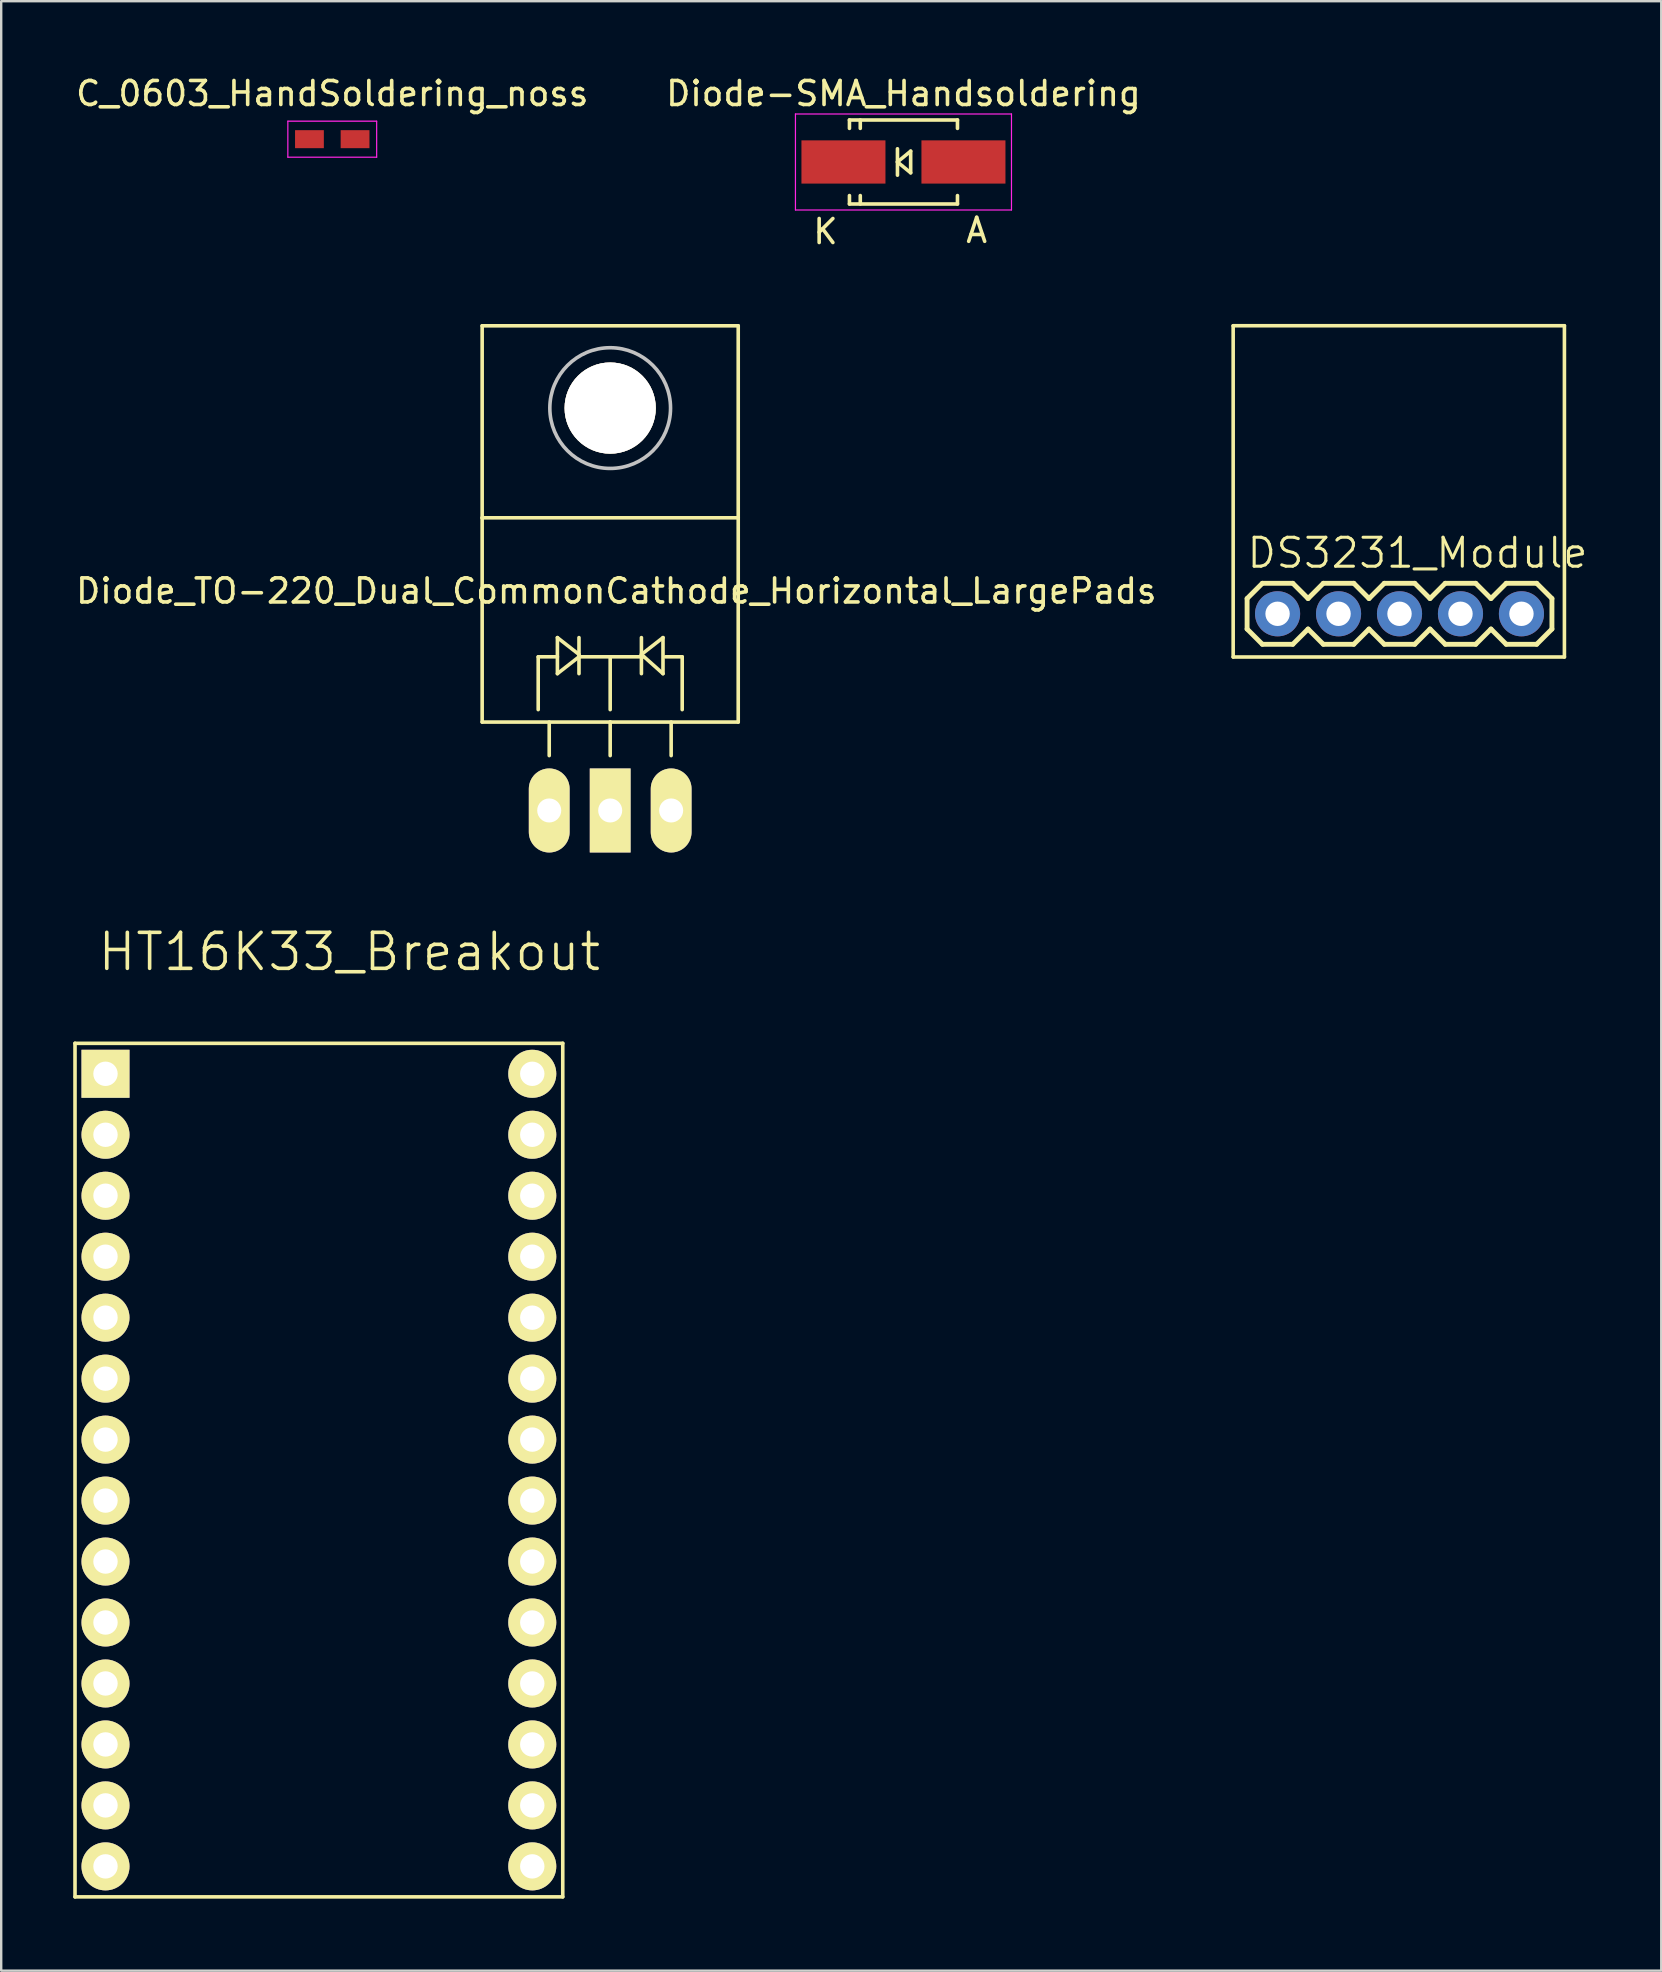
<source format=kicad_pcb>
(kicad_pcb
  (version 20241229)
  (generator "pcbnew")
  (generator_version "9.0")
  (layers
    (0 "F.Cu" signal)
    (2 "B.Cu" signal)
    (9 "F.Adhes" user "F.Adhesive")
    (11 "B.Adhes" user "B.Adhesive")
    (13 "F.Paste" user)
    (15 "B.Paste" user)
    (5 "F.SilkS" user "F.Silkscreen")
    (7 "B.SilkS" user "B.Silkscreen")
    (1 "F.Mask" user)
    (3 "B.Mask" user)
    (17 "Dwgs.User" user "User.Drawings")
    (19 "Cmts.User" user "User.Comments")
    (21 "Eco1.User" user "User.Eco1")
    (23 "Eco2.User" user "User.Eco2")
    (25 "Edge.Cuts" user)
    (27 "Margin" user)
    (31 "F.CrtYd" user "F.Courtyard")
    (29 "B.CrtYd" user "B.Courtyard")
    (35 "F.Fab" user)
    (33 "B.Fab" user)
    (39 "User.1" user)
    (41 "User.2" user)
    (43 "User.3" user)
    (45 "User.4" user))
  (footprint "Diode_TO-220_Dual_CommonCathode_Horizontal_LargePads"
    (layer "F.Cu")
    (at 19.834 30.715)
    (property "Reference" "Diode_TO-220_Dual_CommonCathode_Horizontal_LargePads" (at 2.791 -9.144 0) (layer "F.SilkS") (effects (font (size 1 1) (thickness 0.15))))
    (attr through_hole)
    (fp_line (start -2.797 -20.193) (end -2.797 -12.192) (stroke (width 0.15) (type solid)) (layer "F.SilkS"))
    (fp_line (start -2.797 -12.192) (end -2.797 -3.683) (stroke (width 0.15) (type solid)) (layer "F.SilkS"))
    (fp_line (start -0.462 -6.401) (end -0.462 -4.201) (stroke (width 0.15) (type solid)) (layer "F.SilkS"))
    (fp_line (start -0.003 -3.683) (end -0.003 -2.286) (stroke (width 0.15) (type solid)) (layer "F.SilkS"))
    (fp_line (start 0.338 -7.201) (end 0.338 -5.7) (stroke (width 0.15) (type solid)) (layer "F.SilkS"))
    (fp_line (start 0.338 -6.401) (end -0.462 -6.401) (stroke (width 0.15) (type solid)) (layer "F.SilkS"))
    (fp_line (start 0.338 -5.7) (end 1.237 -6.401) (stroke (width 0.15) (type solid)) (layer "F.SilkS"))
    (fp_line (start 1.237 -7.201) (end 1.237 -5.7) (stroke (width 0.15) (type solid)) (layer "F.SilkS"))
    (fp_line (start 1.237 -6.5) (end 0.338 -7.201) (stroke (width 0.15) (type solid)) (layer "F.SilkS"))
    (fp_line (start 1.237 -6.401) (end 3.937 -6.401) (stroke (width 0.15) (type solid)) (layer "F.SilkS"))
    (fp_line (start 2.537 -6.401) (end 2.537 -4.201) (stroke (width 0.15) (type solid)) (layer "F.SilkS"))
    (fp_line (start 2.537 -3.683) (end -2.797 -3.683) (stroke (width 0.15) (type solid)) (layer "F.SilkS"))
    (fp_line (start 2.537 -3.683) (end 2.537 -2.286) (stroke (width 0.15) (type solid)) (layer "F.SilkS"))
    (fp_line (start 2.537 -3.683) (end 7.871 -3.683) (stroke (width 0.15) (type solid)) (layer "F.SilkS"))
    (fp_line (start 3.838 -7.201) (end 3.838 -5.7) (stroke (width 0.15) (type solid)) (layer "F.SilkS"))
    (fp_line (start 3.838 -6.5) (end 4.737 -7.201) (stroke (width 0.15) (type solid)) (layer "F.SilkS"))
    (fp_line (start 4.737 -7.201) (end 4.737 -5.7) (stroke (width 0.15) (type solid)) (layer "F.SilkS"))
    (fp_line (start 4.737 -5.7) (end 3.838 -6.5) (stroke (width 0.15) (type solid)) (layer "F.SilkS"))
    (fp_line (start 4.839 -6.401) (end 5.537 -6.401) (stroke (width 0.15) (type solid)) (layer "F.SilkS"))
    (fp_line (start 5.077 -3.683) (end 5.077 -2.286) (stroke (width 0.15) (type solid)) (layer "F.SilkS"))
    (fp_line (start 5.537 -6.401) (end 5.537 -4.201) (stroke (width 0.15) (type solid)) (layer "F.SilkS"))
    (fp_line (start 7.871 -20.193) (end -2.797 -20.193) (stroke (width 0.15) (type solid)) (layer "F.SilkS"))
    (fp_line (start 7.871 -12.192) (end -2.797 -12.192) (stroke (width 0.15) (type solid)) (layer "F.SilkS"))
    (fp_line (start 7.871 -12.192) (end 7.871 -20.193) (stroke (width 0.15) (type solid)) (layer "F.SilkS"))
    (fp_line (start 7.871 -3.683) (end 7.871 -12.192) (stroke (width 0.15) (type solid)) (layer "F.SilkS"))
    (fp_circle (center 2.537 -16.764) (end 4.315 -14.986) (stroke (width 0.15) (type solid)) (fill no) (layer "Dwgs.User"))
    (pad "1" thru_hole oval (at -0.003 0 90) (size 3.5 1.699) (drill 1.001) (layers "*.Cu" "*.Mask" "F.SilkS"))
    (pad "2" thru_hole rect (at 2.537 0 90) (size 3.5 1.699) (drill 1.001) (layers "*.Cu" "*.Mask" "F.SilkS"))
    (pad "3" thru_hole oval (at 5.077 0 90) (size 3.5 1.699) (drill 1.001) (layers "*.Cu" "*.Mask" "F.SilkS"))
    (pad "9" thru_hole circle (at 2.537 -16.764 90) (size 3.8 3.8) (drill 3.8) (layers "*.Cu" "*.Mask" "F.SilkS")))
  (footprint "HT16K33_Breakout"
    (layer "F.Cu")
    (at 11.505 54.385)
    (property "Reference" "HT16K33_Breakout" (at 0 -17.78 0) (layer "F.SilkS") (effects (font (size 1.5 1.5) (thickness 0.15))))
    (attr through_hole)
    (fp_line (start -11.43 -13.97) (end 8.89 -13.97) (stroke (width 0.15) (type solid)) (layer "F.SilkS"))
    (fp_line (start -11.43 21.59) (end -11.43 -13.97) (stroke (width 0.15) (type solid)) (layer "F.SilkS"))
    (fp_line (start 8.89 -13.97) (end 8.89 21.59) (stroke (width 0.15) (type solid)) (layer "F.SilkS"))
    (fp_line (start 8.89 21.59) (end -11.43 21.59) (stroke (width 0.15) (type solid)) (layer "F.SilkS"))
    (pad "1" thru_hole rect (at -10.16 -12.7) (size 2 2) (drill 1.016) (layers "*.Cu" "*.Mask" "F.SilkS"))
    (pad "2" thru_hole circle (at -10.16 -10.16) (size 2 2) (drill 1.016) (layers "*.Cu" "*.Mask" "F.SilkS"))
    (pad "3" thru_hole circle (at -10.16 -7.62) (size 2 2) (drill 1.016) (layers "*.Cu" "*.Mask" "F.SilkS"))
    (pad "4" thru_hole circle (at -10.16 -5.08) (size 2 2) (drill 1.016) (layers "*.Cu" "*.Mask" "F.SilkS"))
    (pad "5" thru_hole circle (at -10.16 -2.54) (size 2 2) (drill 1.016) (layers "*.Cu" "*.Mask" "F.SilkS"))
    (pad "6" thru_hole circle (at -10.16 0) (size 2 2) (drill 1.016) (layers "*.Cu" "*.Mask" "F.SilkS"))
    (pad "7" thru_hole circle (at -10.16 2.54) (size 2 2) (drill 1.016) (layers "*.Cu" "*.Mask" "F.SilkS"))
    (pad "8" thru_hole circle (at -10.16 5.08) (size 2 2) (drill 1.016) (layers "*.Cu" "*.Mask" "F.SilkS"))
    (pad "9" thru_hole circle (at -10.16 7.62) (size 2 2) (drill 1.016) (layers "*.Cu" "*.Mask" "F.SilkS"))
    (pad "10" thru_hole circle (at -10.16 10.16) (size 2 2) (drill 1.016) (layers "*.Cu" "*.Mask" "F.SilkS"))
    (pad "11" thru_hole circle (at -10.16 12.7) (size 2 2) (drill 1.016) (layers "*.Cu" "*.Mask" "F.SilkS"))
    (pad "12" thru_hole circle (at -10.16 15.24) (size 2 2) (drill 1.016) (layers "*.Cu" "*.Mask" "F.SilkS"))
    (pad "13" thru_hole circle (at -10.16 17.78) (size 2 2) (drill 1.016) (layers "*.Cu" "*.Mask" "F.SilkS"))
    (pad "14" thru_hole circle (at -10.16 20.32) (size 2 2) (drill 1.016) (layers "*.Cu" "*.Mask" "F.SilkS"))
    (pad "15" thru_hole circle (at 7.62 20.32 180) (size 2 2) (drill 1.016) (layers "*.Cu" "*.Mask" "F.SilkS"))
    (pad "16" thru_hole circle (at 7.62 17.78 180) (size 2 2) (drill 1.016) (layers "*.Cu" "*.Mask" "F.SilkS"))
    (pad "17" thru_hole circle (at 7.62 15.24 180) (size 2 2) (drill 1.016) (layers "*.Cu" "*.Mask" "F.SilkS"))
    (pad "18" thru_hole circle (at 7.62 12.7 180) (size 2 2) (drill 1.016) (layers "*.Cu" "*.Mask" "F.SilkS"))
    (pad "19" thru_hole circle (at 7.62 10.16 180) (size 2 2) (drill 1.016) (layers "*.Cu" "*.Mask" "F.SilkS"))
    (pad "20" thru_hole circle (at 7.62 7.62 180) (size 2 2) (drill 1.016) (layers "*.Cu" "*.Mask" "F.SilkS"))
    (pad "21" thru_hole circle (at 7.62 5.08 180) (size 2 2) (drill 1.016) (layers "*.Cu" "*.Mask" "F.SilkS"))
    (pad "22" thru_hole circle (at 7.62 2.54 180) (size 2 2) (drill 1.016) (layers "*.Cu" "*.Mask" "F.SilkS"))
    (pad "23" thru_hole circle (at 7.62 0 180) (size 2 2) (drill 1.016) (layers "*.Cu" "*.Mask" "F.SilkS"))
    (pad "24" thru_hole circle (at 7.62 -2.54 180) (size 2 2) (drill 1.016) (layers "*.Cu" "*.Mask" "F.SilkS"))
    (pad "25" thru_hole circle (at 7.62 -5.08 180) (size 2 2) (drill 1.016) (layers "*.Cu" "*.Mask" "F.SilkS"))
    (pad "26" thru_hole circle (at 7.62 -7.62 180) (size 2 2) (drill 1.016) (layers "*.Cu" "*.Mask" "F.SilkS"))
    (pad "27" thru_hole circle (at 7.62 -10.16 180) (size 2 2) (drill 1.016) (layers "*.Cu" "*.Mask" "F.SilkS"))
    (pad "28" thru_hole circle (at 7.62 -12.7 180) (size 2 2) (drill 1.016) (layers "*.Cu" "*.Mask" "F.SilkS")))
  (footprint "DS3231_Module"
    (layer "F.Cu")
    (at 50.175 22.521)
    (property "Reference" "DS3231_Module" (at -1.346 -1.829 0) (layer "F.SilkS") (effects (font (size 1.206 1.206) (thickness 0.127)) (justify left bottom)))
    (attr through_hole)
    (fp_line (start -1.85 -12) (end -1.85 1.8) (stroke (width 0.15) (type solid)) (layer "F.SilkS"))
    (fp_line (start -1.85 -12) (end 11.95 -12) (stroke (width 0.15) (type solid)) (layer "F.SilkS"))
    (fp_line (start -1.85 1.8) (end 11.95 1.8) (stroke (width 0.15) (type solid)) (layer "F.SilkS"))
    (fp_line (start -1.27 -0.635) (end -1.27 0.635) (stroke (width 0.203) (type solid)) (layer "F.SilkS"))
    (fp_line (start -1.27 0.635) (end -0.635 1.27) (stroke (width 0.203) (type solid)) (layer "F.SilkS"))
    (fp_line (start -0.635 -1.27) (end -1.27 -0.635) (stroke (width 0.203) (type solid)) (layer "F.SilkS"))
    (fp_line (start -0.635 -1.27) (end 0.635 -1.27) (stroke (width 0.203) (type solid)) (layer "F.SilkS"))
    (fp_line (start 0.635 -1.27) (end 1.27 -0.635) (stroke (width 0.203) (type solid)) (layer "F.SilkS"))
    (fp_line (start 0.635 1.27) (end -0.635 1.27) (stroke (width 0.203) (type solid)) (layer "F.SilkS"))
    (fp_line (start 1.27 -0.635) (end 1.905 -1.27) (stroke (width 0.203) (type solid)) (layer "F.SilkS"))
    (fp_line (start 1.27 0.635) (end 0.635 1.27) (stroke (width 0.203) (type solid)) (layer "F.SilkS"))
    (fp_line (start 1.905 -1.27) (end 3.175 -1.27) (stroke (width 0.203) (type solid)) (layer "F.SilkS"))
    (fp_line (start 1.905 1.27) (end 1.27 0.635) (stroke (width 0.203) (type solid)) (layer "F.SilkS"))
    (fp_line (start 3.175 -1.27) (end 3.81 -0.635) (stroke (width 0.203) (type solid)) (layer "F.SilkS"))
    (fp_line (start 3.175 1.27) (end 1.905 1.27) (stroke (width 0.203) (type solid)) (layer "F.SilkS"))
    (fp_line (start 3.81 -0.635) (end 4.445 -1.27) (stroke (width 0.203) (type solid)) (layer "F.SilkS"))
    (fp_line (start 3.81 0.635) (end 3.175 1.27) (stroke (width 0.203) (type solid)) (layer "F.SilkS"))
    (fp_line (start 4.445 -1.27) (end 5.715 -1.27) (stroke (width 0.203) (type solid)) (layer "F.SilkS"))
    (fp_line (start 4.445 1.27) (end 3.81 0.635) (stroke (width 0.203) (type solid)) (layer "F.SilkS"))
    (fp_line (start 5.715 -1.27) (end 6.35 -0.635) (stroke (width 0.203) (type solid)) (layer "F.SilkS"))
    (fp_line (start 5.715 1.27) (end 4.445 1.27) (stroke (width 0.203) (type solid)) (layer "F.SilkS"))
    (fp_line (start 6.35 0.635) (end 5.715 1.27) (stroke (width 0.203) (type solid)) (layer "F.SilkS"))
    (fp_line (start 6.35 0.635) (end 6.985 1.27) (stroke (width 0.203) (type solid)) (layer "F.SilkS"))
    (fp_line (start 6.985 -1.27) (end 6.35 -0.635) (stroke (width 0.203) (type solid)) (layer "F.SilkS"))
    (fp_line (start 6.985 -1.27) (end 8.255 -1.27) (stroke (width 0.203) (type solid)) (layer "F.SilkS"))
    (fp_line (start 8.255 -1.27) (end 8.89 -0.635) (stroke (width 0.203) (type solid)) (layer "F.SilkS"))
    (fp_line (start 8.255 1.27) (end 6.985 1.27) (stroke (width 0.203) (type solid)) (layer "F.SilkS"))
    (fp_line (start 8.89 -0.635) (end 9.525 -1.27) (stroke (width 0.203) (type solid)) (layer "F.SilkS"))
    (fp_line (start 8.89 0.635) (end 8.255 1.27) (stroke (width 0.203) (type solid)) (layer "F.SilkS"))
    (fp_line (start 9.525 -1.27) (end 10.795 -1.27) (stroke (width 0.203) (type solid)) (layer "F.SilkS"))
    (fp_line (start 9.525 1.27) (end 8.89 0.635) (stroke (width 0.203) (type solid)) (layer "F.SilkS"))
    (fp_line (start 10.795 -1.27) (end 11.43 -0.635) (stroke (width 0.203) (type solid)) (layer "F.SilkS"))
    (fp_line (start 10.795 1.27) (end 9.525 1.27) (stroke (width 0.203) (type solid)) (layer "F.SilkS"))
    (fp_line (start 11.43 -0.635) (end 11.43 0.635) (stroke (width 0.203) (type solid)) (layer "F.SilkS"))
    (fp_line (start 11.43 0.635) (end 10.795 1.27) (stroke (width 0.203) (type solid)) (layer "F.SilkS"))
    (fp_line (start 11.95 1.8) (end 11.95 -12) (stroke (width 0.15) (type solid)) (layer "F.SilkS"))
    (fp_poly (pts (xy -0.254 0.254) (xy 0.254 0.254) (xy 0.254 -0.254) (xy -0.254 -0.254)) (stroke (width 0.1) (type solid)) (fill no) (layer "Dwgs.User"))
    (fp_poly (pts (xy 2.286 0.254) (xy 2.794 0.254) (xy 2.794 -0.254) (xy 2.286 -0.254)) (stroke (width 0.1) (type solid)) (fill no) (layer "Dwgs.User"))
    (fp_poly (pts (xy 4.826 0.254) (xy 5.334 0.254) (xy 5.334 -0.254) (xy 4.826 -0.254)) (stroke (width 0.1) (type solid)) (fill no) (layer "Dwgs.User"))
    (fp_poly (pts (xy 7.366 0.254) (xy 7.874 0.254) (xy 7.874 -0.254) (xy 7.366 -0.254)) (stroke (width 0.1) (type solid)) (fill no) (layer "Dwgs.User"))
    (fp_poly (pts (xy 9.906 0.254) (xy 10.414 0.254) (xy 10.414 -0.254) (xy 9.906 -0.254)) (stroke (width 0.1) (type solid)) (fill no) (layer "Dwgs.User"))
    (pad "GND" thru_hole circle (at 10.16 0 90) (size 1.88 1.88) (drill 1.016) (layers "*.Cu" "*.Mask"))
    (pad "N/C" thru_hole circle (at 7.62 0 90) (size 1.88 1.88) (drill 1.016) (layers "*.Cu" "*.Mask"))
    (pad "SCL" thru_hole circle (at 5.08 0 90) (size 1.88 1.88) (drill 1.016) (layers "*.Cu" "*.Mask"))
    (pad "SDA" thru_hole circle (at 2.54 0 90) (size 1.88 1.88) (drill 1.016) (layers "*.Cu" "*.Mask"))
    (pad "VCC" thru_hole circle (at 0 0 90) (size 1.88 1.88) (drill 1.016) (layers "*.Cu" "*.Mask")))
  (footprint "C_0603_HandSoldering_noss"
    (layer "F.Cu")
    (at 10.792 2.748)
    (property "Reference" "C_0603_HandSoldering_noss" (at 0 -1.9 0) (layer "F.SilkS") (effects (font (size 1 1) (thickness 0.15))))
    (attr smd)
    (fp_line (start -1.85 -0.75) (end -1.85 0.75) (stroke (width 0.05) (type solid)) (layer "F.CrtYd"))
    (fp_line (start -1.85 -0.75) (end 1.85 -0.75) (stroke (width 0.05) (type solid)) (layer "F.CrtYd"))
    (fp_line (start -1.85 0.75) (end 1.85 0.75) (stroke (width 0.05) (type solid)) (layer "F.CrtYd"))
    (fp_line (start 1.85 -0.75) (end 1.85 0.75) (stroke (width 0.05) (type solid)) (layer "F.CrtYd"))
    (pad "1" smd rect (at -0.95 0) (size 1.2 0.75) (layers "F.Cu" "F.Mask" "F.Paste"))
    (pad "2" smd rect (at 0.95 0) (size 1.2 0.75) (layers "F.Cu" "F.Mask" "F.Paste")))
  (footprint "Diode-SMA_Handsoldering"
    (layer "F.Cu")
    (at 34.589 3.698)
    (property "Reference" "Diode-SMA_Handsoldering" (at 0 -2.85 0) (layer "F.SilkS") (effects (font (size 1 1) (thickness 0.15))))
    (attr smd)
    (fp_line (start -2.25 -1.75) (end -2.25 -1.4) (stroke (width 0.15) (type solid)) (layer "F.SilkS"))
    (fp_line (start -2.25 -1.75) (end 2.25 -1.75) (stroke (width 0.15) (type solid)) (layer "F.SilkS"))
    (fp_line (start -2.25 1.75) (end -2.25 1.4) (stroke (width 0.15) (type solid)) (layer "F.SilkS"))
    (fp_line (start -2.25 1.75) (end 2.25 1.75) (stroke (width 0.15) (type solid)) (layer "F.SilkS"))
    (fp_line (start -1.799 -1.75) (end -1.799 -1.4) (stroke (width 0.15) (type solid)) (layer "F.SilkS"))
    (fp_line (start -1.799 1.75) (end -1.799 1.4) (stroke (width 0.15) (type solid)) (layer "F.SilkS"))
    (fp_line (start -0.25 -0.55) (end -0.25 0.55) (stroke (width 0.15) (type solid)) (layer "F.SilkS"))
    (fp_line (start -0.25 0) (end 0.3 -0.45) (stroke (width 0.15) (type solid)) (layer "F.SilkS"))
    (fp_line (start 0.3 -0.45) (end 0.3 0.45) (stroke (width 0.15) (type solid)) (layer "F.SilkS"))
    (fp_line (start 0.3 0.45) (end -0.25 0) (stroke (width 0.15) (type solid)) (layer "F.SilkS"))
    (fp_line (start 2.25 -1.75) (end 2.25 -1.4) (stroke (width 0.15) (type solid)) (layer "F.SilkS"))
    (fp_line (start 2.25 1.75) (end 2.25 1.4) (stroke (width 0.15) (type solid)) (layer "F.SilkS"))
    (fp_line (start -4.5 -2) (end 4.5 -2) (stroke (width 0.05) (type solid)) (layer "F.CrtYd"))
    (fp_line (start -4.5 2) (end -4.5 -2) (stroke (width 0.05) (type solid)) (layer "F.CrtYd"))
    (fp_line (start 4.5 -2) (end 4.5 2) (stroke (width 0.05) (type solid)) (layer "F.CrtYd"))
    (fp_line (start 4.5 2) (end -4.5 2) (stroke (width 0.05) (type solid)) (layer "F.CrtYd"))
    (fp_text user "A" (at 3.05 2.85 0) (layer "F.SilkS") (effects (font (size 1 1) (thickness 0.15))))
    (fp_text user "K" (at -3.25 2.9 0) (layer "F.SilkS") (effects (font (size 1 1) (thickness 0.15))))
    (pad "1" smd rect (at 2.499 0) (size 3.5 1.801) (layers "F.Cu" "F.Mask" "F.Paste"))
    (pad "2" smd rect (at -2.5 0) (size 3.5 1.801) (layers "F.Cu" "F.Mask" "F.Paste")))
  (gr_rect
    (start -3 -3)
    (end 66.159 79.05)
    (stroke (width 0.1) (type default))
    (fill no)
    (layer "Edge.Cuts")))
</source>
